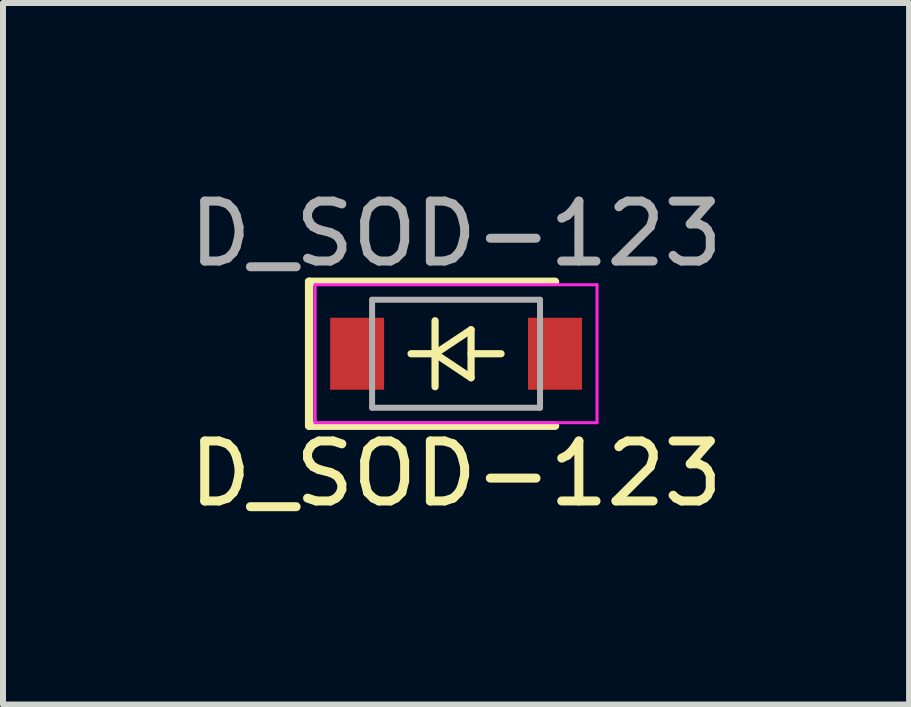
<source format=kicad_pcb>
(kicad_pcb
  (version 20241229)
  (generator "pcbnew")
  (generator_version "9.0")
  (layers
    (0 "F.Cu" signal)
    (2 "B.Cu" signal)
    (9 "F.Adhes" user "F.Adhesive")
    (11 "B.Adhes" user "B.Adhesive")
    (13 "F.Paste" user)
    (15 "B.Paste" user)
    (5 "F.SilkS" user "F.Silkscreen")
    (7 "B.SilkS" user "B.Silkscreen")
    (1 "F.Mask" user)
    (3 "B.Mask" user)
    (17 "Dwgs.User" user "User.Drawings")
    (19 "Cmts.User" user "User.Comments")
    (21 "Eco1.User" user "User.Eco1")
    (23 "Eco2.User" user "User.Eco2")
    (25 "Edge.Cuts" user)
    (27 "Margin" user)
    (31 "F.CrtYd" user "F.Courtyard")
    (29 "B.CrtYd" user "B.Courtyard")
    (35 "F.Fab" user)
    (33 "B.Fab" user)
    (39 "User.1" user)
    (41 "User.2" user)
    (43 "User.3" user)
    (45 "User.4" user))
  (footprint "D_SOD-123"
    (layer "F.Cu")
    (at 4.554 2.848)
    (property "Reference" "D_SOD-123" (at 0 2 0) (layer "F.SilkS") (effects (font (size 1 1) (thickness 0.15))))
    (attr smd)
    (fp_line (start -2.45 -1.2) (end -2.45 1.2) (stroke (width 0.14) (type solid)) (layer "F.SilkS"))
    (fp_line (start -2.45 -1.2) (end 1.65 -1.2) (stroke (width 0.14) (type solid)) (layer "F.SilkS"))
    (fp_line (start -2.45 1.2) (end 1.65 1.2) (stroke (width 0.14) (type solid)) (layer "F.SilkS"))
    (fp_line (start -0.75 0) (end -0.35 0) (stroke (width 0.12) (type solid)) (layer "F.SilkS"))
    (fp_line (start -0.35 0) (end -0.35 -0.55) (stroke (width 0.12) (type solid)) (layer "F.SilkS"))
    (fp_line (start -0.35 0) (end -0.35 0.55) (stroke (width 0.12) (type solid)) (layer "F.SilkS"))
    (fp_line (start -0.35 0) (end 0.25 -0.4) (stroke (width 0.12) (type solid)) (layer "F.SilkS"))
    (fp_line (start 0.25 -0.4) (end 0.25 0.4) (stroke (width 0.12) (type solid)) (layer "F.SilkS"))
    (fp_line (start 0.25 0) (end 0.75 0) (stroke (width 0.12) (type solid)) (layer "F.SilkS"))
    (fp_line (start 0.25 0.4) (end -0.35 0) (stroke (width 0.12) (type solid)) (layer "F.SilkS"))
    (fp_line (start -2.35 -1.15) (end -2.35 1.15) (stroke (width 0.05) (type solid)) (layer "F.CrtYd"))
    (fp_line (start -2.35 -1.15) (end 2.35 -1.15) (stroke (width 0.05) (type solid)) (layer "F.CrtYd"))
    (fp_line (start 2.35 -1.15) (end 2.35 1.15) (stroke (width 0.05) (type solid)) (layer "F.CrtYd"))
    (fp_line (start 2.35 1.15) (end -2.35 1.15) (stroke (width 0.05) (type solid)) (layer "F.CrtYd"))
    (fp_line (start -1.4 -0.9) (end 1.4 -0.9) (stroke (width 0.1) (type solid)) (layer "F.Fab"))
    (fp_line (start -1.4 0.9) (end -1.4 -0.9) (stroke (width 0.1) (type solid)) (layer "F.Fab"))
    (fp_line (start 1.4 -0.9) (end 1.4 0.9) (stroke (width 0.1) (type solid)) (layer "F.Fab"))
    (fp_line (start 1.4 0.9) (end -1.4 0.9) (stroke (width 0.1) (type solid)) (layer "F.Fab"))
    (fp_text user "${REFERENCE}" (at 0 -2 0) (layer "F.Fab") (effects (font (size 1 1) (thickness 0.15))))
    (pad "1" smd rect (at -1.65 0) (size 0.9 1.2) (layers "F.Cu" "F.Mask" "F.Paste"))
    (pad "2" smd rect (at 1.65 0) (size 0.9 1.2) (layers "F.Cu" "F.Mask" "F.Paste")))
  (gr_rect
    (start -3 -3)
    (end 12.107 8.697)
    (stroke (width 0.1) (type default))
    (fill no)
    (layer "Edge.Cuts")))
</source>
